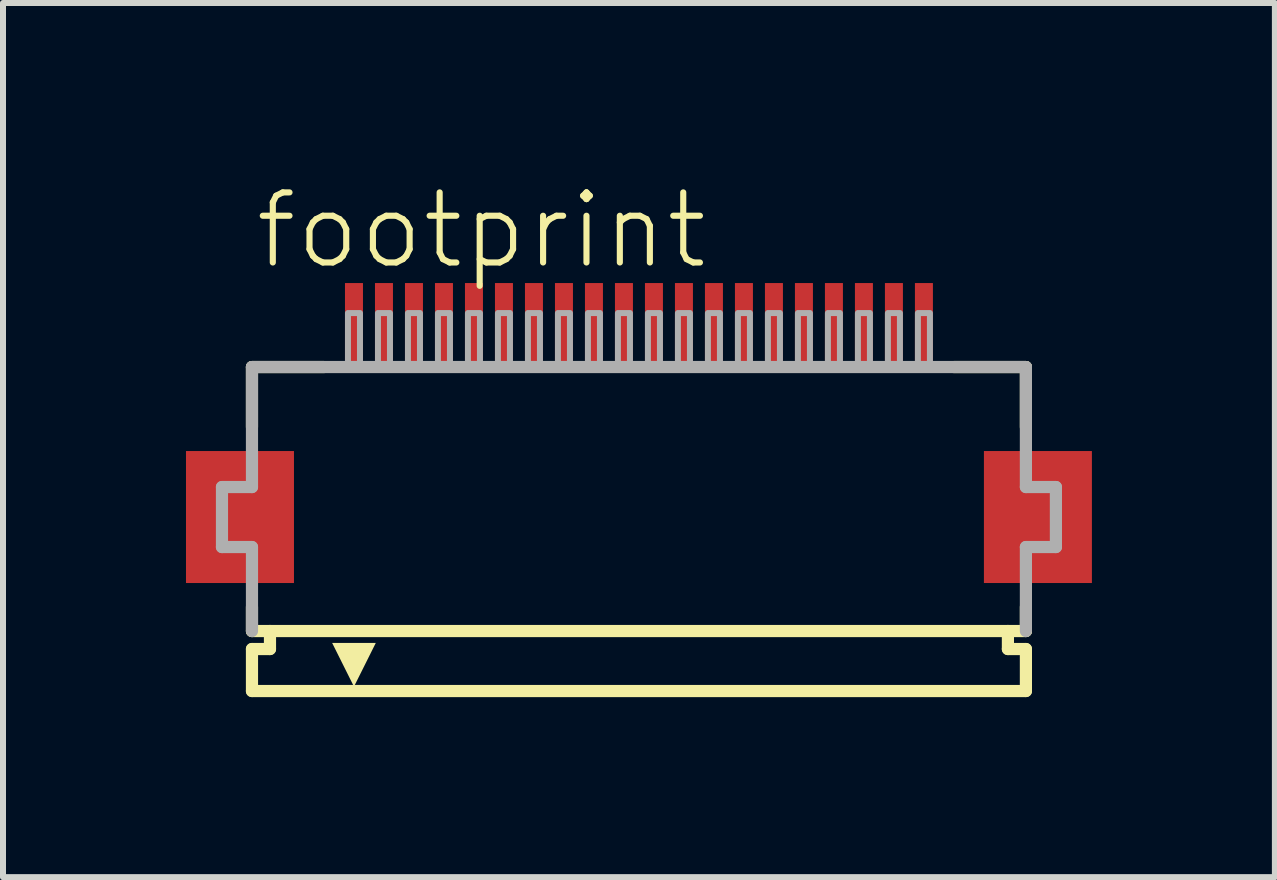
<source format=kicad_pcb>
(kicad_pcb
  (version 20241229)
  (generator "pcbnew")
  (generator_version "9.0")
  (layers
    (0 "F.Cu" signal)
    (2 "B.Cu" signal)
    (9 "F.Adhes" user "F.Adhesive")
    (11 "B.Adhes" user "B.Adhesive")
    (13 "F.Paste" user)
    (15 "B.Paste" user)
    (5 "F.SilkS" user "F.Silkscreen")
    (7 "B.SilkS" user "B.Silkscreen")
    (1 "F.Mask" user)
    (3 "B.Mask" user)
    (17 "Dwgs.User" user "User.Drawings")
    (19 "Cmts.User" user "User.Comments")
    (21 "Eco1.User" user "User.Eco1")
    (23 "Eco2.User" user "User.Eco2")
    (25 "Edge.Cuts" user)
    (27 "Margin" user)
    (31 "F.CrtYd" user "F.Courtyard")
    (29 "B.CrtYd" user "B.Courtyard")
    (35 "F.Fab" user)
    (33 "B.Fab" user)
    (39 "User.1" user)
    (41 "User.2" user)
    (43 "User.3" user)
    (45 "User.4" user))
  (footprint "footprint"
    (layer "F.Cu")
    (at 7.6 5.568)
    (property "Reference" "footprint" (at -6.448 -4.095 0) (layer "F.SilkS") (effects (font (size 1.168 1.168) (thickness 0.102)) (justify left bottom)))
    (fp_poly (pts (xy -5.75 -1.1) (xy -7.55 -1.1) (xy -7.55 1.1) (xy -5.75 1.1)) (stroke (width 0) (type solid)) (fill yes) (layer "F.Cu"))
    (fp_poly (pts (xy 7.55 -1.1) (xy 5.75 -1.1) (xy 5.75 1.1) (xy 7.55 1.1)) (stroke (width 0) (type solid)) (fill yes) (layer "F.Cu"))
    (fp_poly (pts (xy -5.7 -1.175) (xy -7.6 -1.175) (xy -7.6 1.175) (xy -5.7 1.175)) (stroke (width 0) (type solid)) (fill yes) (layer "F.Mask"))
    (fp_poly (pts (xy -4.95 -2.55) (xy -4.55 -2.55) (xy -4.55 -3.95) (xy -4.95 -3.95)) (stroke (width 0) (type solid)) (fill yes) (layer "F.Mask"))
    (fp_poly (pts (xy -4.45 -2.55) (xy -4.05 -2.55) (xy -4.05 -3.95) (xy -4.45 -3.95)) (stroke (width 0) (type solid)) (fill yes) (layer "F.Mask"))
    (fp_poly (pts (xy -3.95 -2.55) (xy -3.55 -2.55) (xy -3.55 -3.95) (xy -3.95 -3.95)) (stroke (width 0) (type solid)) (fill yes) (layer "F.Mask"))
    (fp_poly (pts (xy -3.45 -2.55) (xy -3.05 -2.55) (xy -3.05 -3.95) (xy -3.45 -3.95)) (stroke (width 0) (type solid)) (fill yes) (layer "F.Mask"))
    (fp_poly (pts (xy -2.95 -2.55) (xy -2.55 -2.55) (xy -2.55 -3.95) (xy -2.95 -3.95)) (stroke (width 0) (type solid)) (fill yes) (layer "F.Mask"))
    (fp_poly (pts (xy -2.45 -2.55) (xy -2.05 -2.55) (xy -2.05 -3.95) (xy -2.45 -3.95)) (stroke (width 0) (type solid)) (fill yes) (layer "F.Mask"))
    (fp_poly (pts (xy -1.95 -2.55) (xy -1.55 -2.55) (xy -1.55 -3.95) (xy -1.95 -3.95)) (stroke (width 0) (type solid)) (fill yes) (layer "F.Mask"))
    (fp_poly (pts (xy -1.45 -2.55) (xy -1.05 -2.55) (xy -1.05 -3.95) (xy -1.45 -3.95)) (stroke (width 0) (type solid)) (fill yes) (layer "F.Mask"))
    (fp_poly (pts (xy -0.95 -2.55) (xy -0.55 -2.55) (xy -0.55 -3.95) (xy -0.95 -3.95)) (stroke (width 0) (type solid)) (fill yes) (layer "F.Mask"))
    (fp_poly (pts (xy -0.45 -2.55) (xy -0.05 -2.55) (xy -0.05 -3.95) (xy -0.45 -3.95)) (stroke (width 0) (type solid)) (fill yes) (layer "F.Mask"))
    (fp_poly (pts (xy 0.05 -2.55) (xy 0.45 -2.55) (xy 0.45 -3.95) (xy 0.05 -3.95)) (stroke (width 0) (type solid)) (fill yes) (layer "F.Mask"))
    (fp_poly (pts (xy 0.55 -2.55) (xy 0.95 -2.55) (xy 0.95 -3.95) (xy 0.55 -3.95)) (stroke (width 0) (type solid)) (fill yes) (layer "F.Mask"))
    (fp_poly (pts (xy 1.05 -2.55) (xy 1.45 -2.55) (xy 1.45 -3.95) (xy 1.05 -3.95)) (stroke (width 0) (type solid)) (fill yes) (layer "F.Mask"))
    (fp_poly (pts (xy 1.55 -2.55) (xy 1.95 -2.55) (xy 1.95 -3.95) (xy 1.55 -3.95)) (stroke (width 0) (type solid)) (fill yes) (layer "F.Mask"))
    (fp_poly (pts (xy 2.05 -2.55) (xy 2.45 -2.55) (xy 2.45 -3.95) (xy 2.05 -3.95)) (stroke (width 0) (type solid)) (fill yes) (layer "F.Mask"))
    (fp_poly (pts (xy 2.55 -2.55) (xy 2.95 -2.55) (xy 2.95 -3.95) (xy 2.55 -3.95)) (stroke (width 0) (type solid)) (fill yes) (layer "F.Mask"))
    (fp_poly (pts (xy 3.05 -2.55) (xy 3.45 -2.55) (xy 3.45 -3.95) (xy 3.05 -3.95)) (stroke (width 0) (type solid)) (fill yes) (layer "F.Mask"))
    (fp_poly (pts (xy 3.55 -2.55) (xy 3.95 -2.55) (xy 3.95 -3.95) (xy 3.55 -3.95)) (stroke (width 0) (type solid)) (fill yes) (layer "F.Mask"))
    (fp_poly (pts (xy 4.05 -2.55) (xy 4.45 -2.55) (xy 4.45 -3.95) (xy 4.05 -3.95)) (stroke (width 0) (type solid)) (fill yes) (layer "F.Mask"))
    (fp_poly (pts (xy 4.55 -2.55) (xy 4.95 -2.55) (xy 4.95 -3.95) (xy 4.55 -3.95)) (stroke (width 0) (type solid)) (fill yes) (layer "F.Mask"))
    (fp_poly (pts (xy 7.6 -1.175) (xy 5.7 -1.175) (xy 5.7 1.175) (xy 7.6 1.175)) (stroke (width 0) (type solid)) (fill yes) (layer "F.Mask"))
    (fp_line (start -6.45 -2.5) (end -6.45 -1.5) (stroke (width 0.203) (type solid)) (layer "F.SilkS"))
    (fp_line (start -6.45 1.5) (end -6.45 1.9) (stroke (width 0.203) (type solid)) (layer "F.SilkS"))
    (fp_line (start -6.45 1.9) (end -6.15 1.9) (stroke (width 0.203) (type solid)) (layer "F.SilkS"))
    (fp_line (start -6.45 2.2) (end -6.45 2.9) (stroke (width 0.203) (type solid)) (layer "F.SilkS"))
    (fp_line (start -6.15 1.9) (end -6.15 2.2) (stroke (width 0.203) (type solid)) (layer "F.SilkS"))
    (fp_line (start -6.15 2.2) (end -6.45 2.2) (stroke (width 0.203) (type solid)) (layer "F.SilkS"))
    (fp_line (start -5.25 -2.5) (end -6.45 -2.5) (stroke (width 0.203) (type solid)) (layer "F.SilkS"))
    (fp_line (start 6.15 1.9) (end -6.15 1.9) (stroke (width 0.203) (type solid)) (layer "F.SilkS"))
    (fp_line (start 6.15 1.9) (end 6.45 1.9) (stroke (width 0.203) (type solid)) (layer "F.SilkS"))
    (fp_line (start 6.15 2.2) (end 6.15 1.9) (stroke (width 0.203) (type solid)) (layer "F.SilkS"))
    (fp_line (start 6.45 -2.5) (end 5.25 -2.5) (stroke (width 0.203) (type solid)) (layer "F.SilkS"))
    (fp_line (start 6.45 -1.5) (end 6.45 -2.5) (stroke (width 0.203) (type solid)) (layer "F.SilkS"))
    (fp_line (start 6.45 1.9) (end 6.45 1.5) (stroke (width 0.203) (type solid)) (layer "F.SilkS"))
    (fp_line (start 6.45 2.2) (end 6.15 2.2) (stroke (width 0.203) (type solid)) (layer "F.SilkS"))
    (fp_line (start 6.45 2.9) (end -6.45 2.9) (stroke (width 0.203) (type solid)) (layer "F.SilkS"))
    (fp_line (start 6.45 2.9) (end 6.45 2.2) (stroke (width 0.203) (type solid)) (layer "F.SilkS"))
    (fp_poly (pts (xy -4.75 2.827) (xy -5.114 2.098) (xy -4.386 2.098)) (stroke (width 0) (type solid)) (fill yes) (layer "F.SilkS"))
    (fp_poly (pts (xy -5.825 -1.025) (xy -7.475 -1.025) (xy -7.475 1.025) (xy -5.825 1.025)) (stroke (width 0) (type solid)) (fill yes) (layer "F.Paste"))
    (fp_poly (pts (xy -4.875 -2.625) (xy -4.625 -2.625) (xy -4.625 -3.875) (xy -4.875 -3.875)) (stroke (width 0) (type solid)) (fill yes) (layer "F.Paste"))
    (fp_poly (pts (xy -4.375 -2.625) (xy -4.125 -2.625) (xy -4.125 -3.875) (xy -4.375 -3.875)) (stroke (width 0) (type solid)) (fill yes) (layer "F.Paste"))
    (fp_poly (pts (xy -3.875 -2.625) (xy -3.625 -2.625) (xy -3.625 -3.875) (xy -3.875 -3.875)) (stroke (width 0) (type solid)) (fill yes) (layer "F.Paste"))
    (fp_poly (pts (xy -3.375 -2.625) (xy -3.125 -2.625) (xy -3.125 -3.875) (xy -3.375 -3.875)) (stroke (width 0) (type solid)) (fill yes) (layer "F.Paste"))
    (fp_poly (pts (xy -2.875 -2.625) (xy -2.625 -2.625) (xy -2.625 -3.875) (xy -2.875 -3.875)) (stroke (width 0) (type solid)) (fill yes) (layer "F.Paste"))
    (fp_poly (pts (xy -2.375 -2.625) (xy -2.125 -2.625) (xy -2.125 -3.875) (xy -2.375 -3.875)) (stroke (width 0) (type solid)) (fill yes) (layer "F.Paste"))
    (fp_poly (pts (xy -1.875 -2.625) (xy -1.625 -2.625) (xy -1.625 -3.875) (xy -1.875 -3.875)) (stroke (width 0) (type solid)) (fill yes) (layer "F.Paste"))
    (fp_poly (pts (xy -1.375 -2.625) (xy -1.125 -2.625) (xy -1.125 -3.875) (xy -1.375 -3.875)) (stroke (width 0) (type solid)) (fill yes) (layer "F.Paste"))
    (fp_poly (pts (xy -0.875 -2.625) (xy -0.625 -2.625) (xy -0.625 -3.875) (xy -0.875 -3.875)) (stroke (width 0) (type solid)) (fill yes) (layer "F.Paste"))
    (fp_poly (pts (xy -0.375 -2.625) (xy -0.125 -2.625) (xy -0.125 -3.875) (xy -0.375 -3.875)) (stroke (width 0) (type solid)) (fill yes) (layer "F.Paste"))
    (fp_poly (pts (xy 0.125 -2.625) (xy 0.375 -2.625) (xy 0.375 -3.875) (xy 0.125 -3.875)) (stroke (width 0) (type solid)) (fill yes) (layer "F.Paste"))
    (fp_poly (pts (xy 0.625 -2.625) (xy 0.875 -2.625) (xy 0.875 -3.875) (xy 0.625 -3.875)) (stroke (width 0) (type solid)) (fill yes) (layer "F.Paste"))
    (fp_poly (pts (xy 1.125 -2.625) (xy 1.375 -2.625) (xy 1.375 -3.875) (xy 1.125 -3.875)) (stroke (width 0) (type solid)) (fill yes) (layer "F.Paste"))
    (fp_poly (pts (xy 1.625 -2.625) (xy 1.875 -2.625) (xy 1.875 -3.875) (xy 1.625 -3.875)) (stroke (width 0) (type solid)) (fill yes) (layer "F.Paste"))
    (fp_poly (pts (xy 2.125 -2.625) (xy 2.375 -2.625) (xy 2.375 -3.875) (xy 2.125 -3.875)) (stroke (width 0) (type solid)) (fill yes) (layer "F.Paste"))
    (fp_poly (pts (xy 2.625 -2.625) (xy 2.875 -2.625) (xy 2.875 -3.875) (xy 2.625 -3.875)) (stroke (width 0) (type solid)) (fill yes) (layer "F.Paste"))
    (fp_poly (pts (xy 3.125 -2.625) (xy 3.375 -2.625) (xy 3.375 -3.875) (xy 3.125 -3.875)) (stroke (width 0) (type solid)) (fill yes) (layer "F.Paste"))
    (fp_poly (pts (xy 3.625 -2.625) (xy 3.875 -2.625) (xy 3.875 -3.875) (xy 3.625 -3.875)) (stroke (width 0) (type solid)) (fill yes) (layer "F.Paste"))
    (fp_poly (pts (xy 4.125 -2.625) (xy 4.375 -2.625) (xy 4.375 -3.875) (xy 4.125 -3.875)) (stroke (width 0) (type solid)) (fill yes) (layer "F.Paste"))
    (fp_poly (pts (xy 4.625 -2.625) (xy 4.875 -2.625) (xy 4.875 -3.875) (xy 4.625 -3.875)) (stroke (width 0) (type solid)) (fill yes) (layer "F.Paste"))
    (fp_poly (pts (xy 7.475 -1.025) (xy 5.825 -1.025) (xy 5.825 1.025) (xy 7.475 1.025)) (stroke (width 0) (type solid)) (fill yes) (layer "F.Paste"))
    (fp_line (start -6.95 -0.5) (end -6.95 0.5) (stroke (width 0.203) (type solid)) (layer "F.Fab"))
    (fp_line (start -6.95 0.5) (end -6.45 0.5) (stroke (width 0.203) (type solid)) (layer "F.Fab"))
    (fp_line (start -6.45 -2.5) (end -6.45 -0.5) (stroke (width 0.203) (type solid)) (layer "F.Fab"))
    (fp_line (start -6.45 -0.5) (end -6.95 -0.5) (stroke (width 0.203) (type solid)) (layer "F.Fab"))
    (fp_line (start -6.45 0.5) (end -6.45 1.9) (stroke (width 0.203) (type solid)) (layer "F.Fab"))
    (fp_line (start 6.45 -2.5) (end -6.45 -2.5) (stroke (width 0.203) (type solid)) (layer "F.Fab"))
    (fp_line (start 6.45 -0.5) (end 6.45 -2.5) (stroke (width 0.203) (type solid)) (layer "F.Fab"))
    (fp_line (start 6.45 0.5) (end 6.95 0.5) (stroke (width 0.203) (type solid)) (layer "F.Fab"))
    (fp_line (start 6.45 1.9) (end 6.45 0.5) (stroke (width 0.203) (type solid)) (layer "F.Fab"))
    (fp_line (start 6.95 -0.5) (end 6.45 -0.5) (stroke (width 0.203) (type solid)) (layer "F.Fab"))
    (fp_line (start 6.95 0.5) (end 6.95 -0.5) (stroke (width 0.203) (type solid)) (layer "F.Fab"))
    (fp_poly (pts (xy -4.85 -2.55) (xy -4.65 -2.55) (xy -4.65 -3.4) (xy -4.85 -3.4)) (stroke (width 0.1) (type solid)) (fill no) (layer "F.Fab"))
    (fp_poly (pts (xy -4.35 -2.55) (xy -4.15 -2.55) (xy -4.15 -3.4) (xy -4.35 -3.4)) (stroke (width 0.1) (type solid)) (fill no) (layer "F.Fab"))
    (fp_poly (pts (xy -3.85 -2.55) (xy -3.65 -2.55) (xy -3.65 -3.4) (xy -3.85 -3.4)) (stroke (width 0.1) (type solid)) (fill no) (layer "F.Fab"))
    (fp_poly (pts (xy -3.35 -2.55) (xy -3.15 -2.55) (xy -3.15 -3.4) (xy -3.35 -3.4)) (stroke (width 0.1) (type solid)) (fill no) (layer "F.Fab"))
    (fp_poly (pts (xy -2.85 -2.55) (xy -2.65 -2.55) (xy -2.65 -3.4) (xy -2.85 -3.4)) (stroke (width 0.1) (type solid)) (fill no) (layer "F.Fab"))
    (fp_poly (pts (xy -2.35 -2.55) (xy -2.15 -2.55) (xy -2.15 -3.4) (xy -2.35 -3.4)) (stroke (width 0.1) (type solid)) (fill no) (layer "F.Fab"))
    (fp_poly (pts (xy -1.85 -2.55) (xy -1.65 -2.55) (xy -1.65 -3.4) (xy -1.85 -3.4)) (stroke (width 0.1) (type solid)) (fill no) (layer "F.Fab"))
    (fp_poly (pts (xy -1.35 -2.55) (xy -1.15 -2.55) (xy -1.15 -3.4) (xy -1.35 -3.4)) (stroke (width 0.1) (type solid)) (fill no) (layer "F.Fab"))
    (fp_poly (pts (xy -0.85 -2.55) (xy -0.65 -2.55) (xy -0.65 -3.4) (xy -0.85 -3.4)) (stroke (width 0.1) (type solid)) (fill no) (layer "F.Fab"))
    (fp_poly (pts (xy -0.35 -2.55) (xy -0.15 -2.55) (xy -0.15 -3.4) (xy -0.35 -3.4)) (stroke (width 0.1) (type solid)) (fill no) (layer "F.Fab"))
    (fp_poly (pts (xy 0.15 -2.55) (xy 0.35 -2.55) (xy 0.35 -3.4) (xy 0.15 -3.4)) (stroke (width 0.1) (type solid)) (fill no) (layer "F.Fab"))
    (fp_poly (pts (xy 0.65 -2.55) (xy 0.85 -2.55) (xy 0.85 -3.4) (xy 0.65 -3.4)) (stroke (width 0.1) (type solid)) (fill no) (layer "F.Fab"))
    (fp_poly (pts (xy 1.15 -2.55) (xy 1.35 -2.55) (xy 1.35 -3.4) (xy 1.15 -3.4)) (stroke (width 0.1) (type solid)) (fill no) (layer "F.Fab"))
    (fp_poly (pts (xy 1.65 -2.55) (xy 1.85 -2.55) (xy 1.85 -3.4) (xy 1.65 -3.4)) (stroke (width 0.1) (type solid)) (fill no) (layer "F.Fab"))
    (fp_poly (pts (xy 2.15 -2.55) (xy 2.35 -2.55) (xy 2.35 -3.4) (xy 2.15 -3.4)) (stroke (width 0.1) (type solid)) (fill no) (layer "F.Fab"))
    (fp_poly (pts (xy 2.65 -2.55) (xy 2.85 -2.55) (xy 2.85 -3.4) (xy 2.65 -3.4)) (stroke (width 0.1) (type solid)) (fill no) (layer "F.Fab"))
    (fp_poly (pts (xy 3.15 -2.55) (xy 3.35 -2.55) (xy 3.35 -3.4) (xy 3.15 -3.4)) (stroke (width 0.1) (type solid)) (fill no) (layer "F.Fab"))
    (fp_poly (pts (xy 3.65 -2.55) (xy 3.85 -2.55) (xy 3.85 -3.4) (xy 3.65 -3.4)) (stroke (width 0.1) (type solid)) (fill no) (layer "F.Fab"))
    (fp_poly (pts (xy 4.15 -2.55) (xy 4.35 -2.55) (xy 4.35 -3.4) (xy 4.15 -3.4)) (stroke (width 0.1) (type solid)) (fill no) (layer "F.Fab"))
    (fp_poly (pts (xy 4.65 -2.55) (xy 4.85 -2.55) (xy 4.85 -3.4) (xy 4.65 -3.4)) (stroke (width 0.1) (type solid)) (fill no) (layer "F.Fab"))
    (pad "1" smd rect (at -4.75 -3.25) (size 0.3 1.3) (layers "F.Cu"))
    (pad "2" smd rect (at -4.25 -3.25) (size 0.3 1.3) (layers "F.Cu"))
    (pad "3" smd rect (at -3.75 -3.25) (size 0.3 1.3) (layers "F.Cu"))
    (pad "4" smd rect (at -3.25 -3.25) (size 0.3 1.3) (layers "F.Cu"))
    (pad "5" smd rect (at -2.75 -3.25) (size 0.3 1.3) (layers "F.Cu"))
    (pad "6" smd rect (at -2.25 -3.25) (size 0.3 1.3) (layers "F.Cu"))
    (pad "7" smd rect (at -1.75 -3.25) (size 0.3 1.3) (layers "F.Cu"))
    (pad "8" smd rect (at -1.25 -3.25) (size 0.3 1.3) (layers "F.Cu"))
    (pad "9" smd rect (at -0.75 -3.25) (size 0.3 1.3) (layers "F.Cu"))
    (pad "10" smd rect (at -0.25 -3.25) (size 0.3 1.3) (layers "F.Cu"))
    (pad "11" smd rect (at 0.25 -3.25) (size 0.3 1.3) (layers "F.Cu"))
    (pad "12" smd rect (at 0.75 -3.25) (size 0.3 1.3) (layers "F.Cu"))
    (pad "13" smd rect (at 1.25 -3.25) (size 0.3 1.3) (layers "F.Cu"))
    (pad "14" smd rect (at 1.75 -3.25) (size 0.3 1.3) (layers "F.Cu"))
    (pad "15" smd rect (at 2.25 -3.25) (size 0.3 1.3) (layers "F.Cu"))
    (pad "16" smd rect (at 2.75 -3.25) (size 0.3 1.3) (layers "F.Cu"))
    (pad "17" smd rect (at 3.25 -3.25) (size 0.3 1.3) (layers "F.Cu"))
    (pad "18" smd rect (at 3.75 -3.25) (size 0.3 1.3) (layers "F.Cu"))
    (pad "19" smd rect (at 4.25 -3.25) (size 0.3 1.3) (layers "F.Cu"))
    (pad "20" smd rect (at 4.75 -3.25) (size 0.3 1.3) (layers "F.Cu")))
  (gr_rect
    (start -3 -3)
    (end 18.2 11.57)
    (stroke (width 0.1) (type default))
    (fill no)
    (layer "Edge.Cuts")))
</source>
